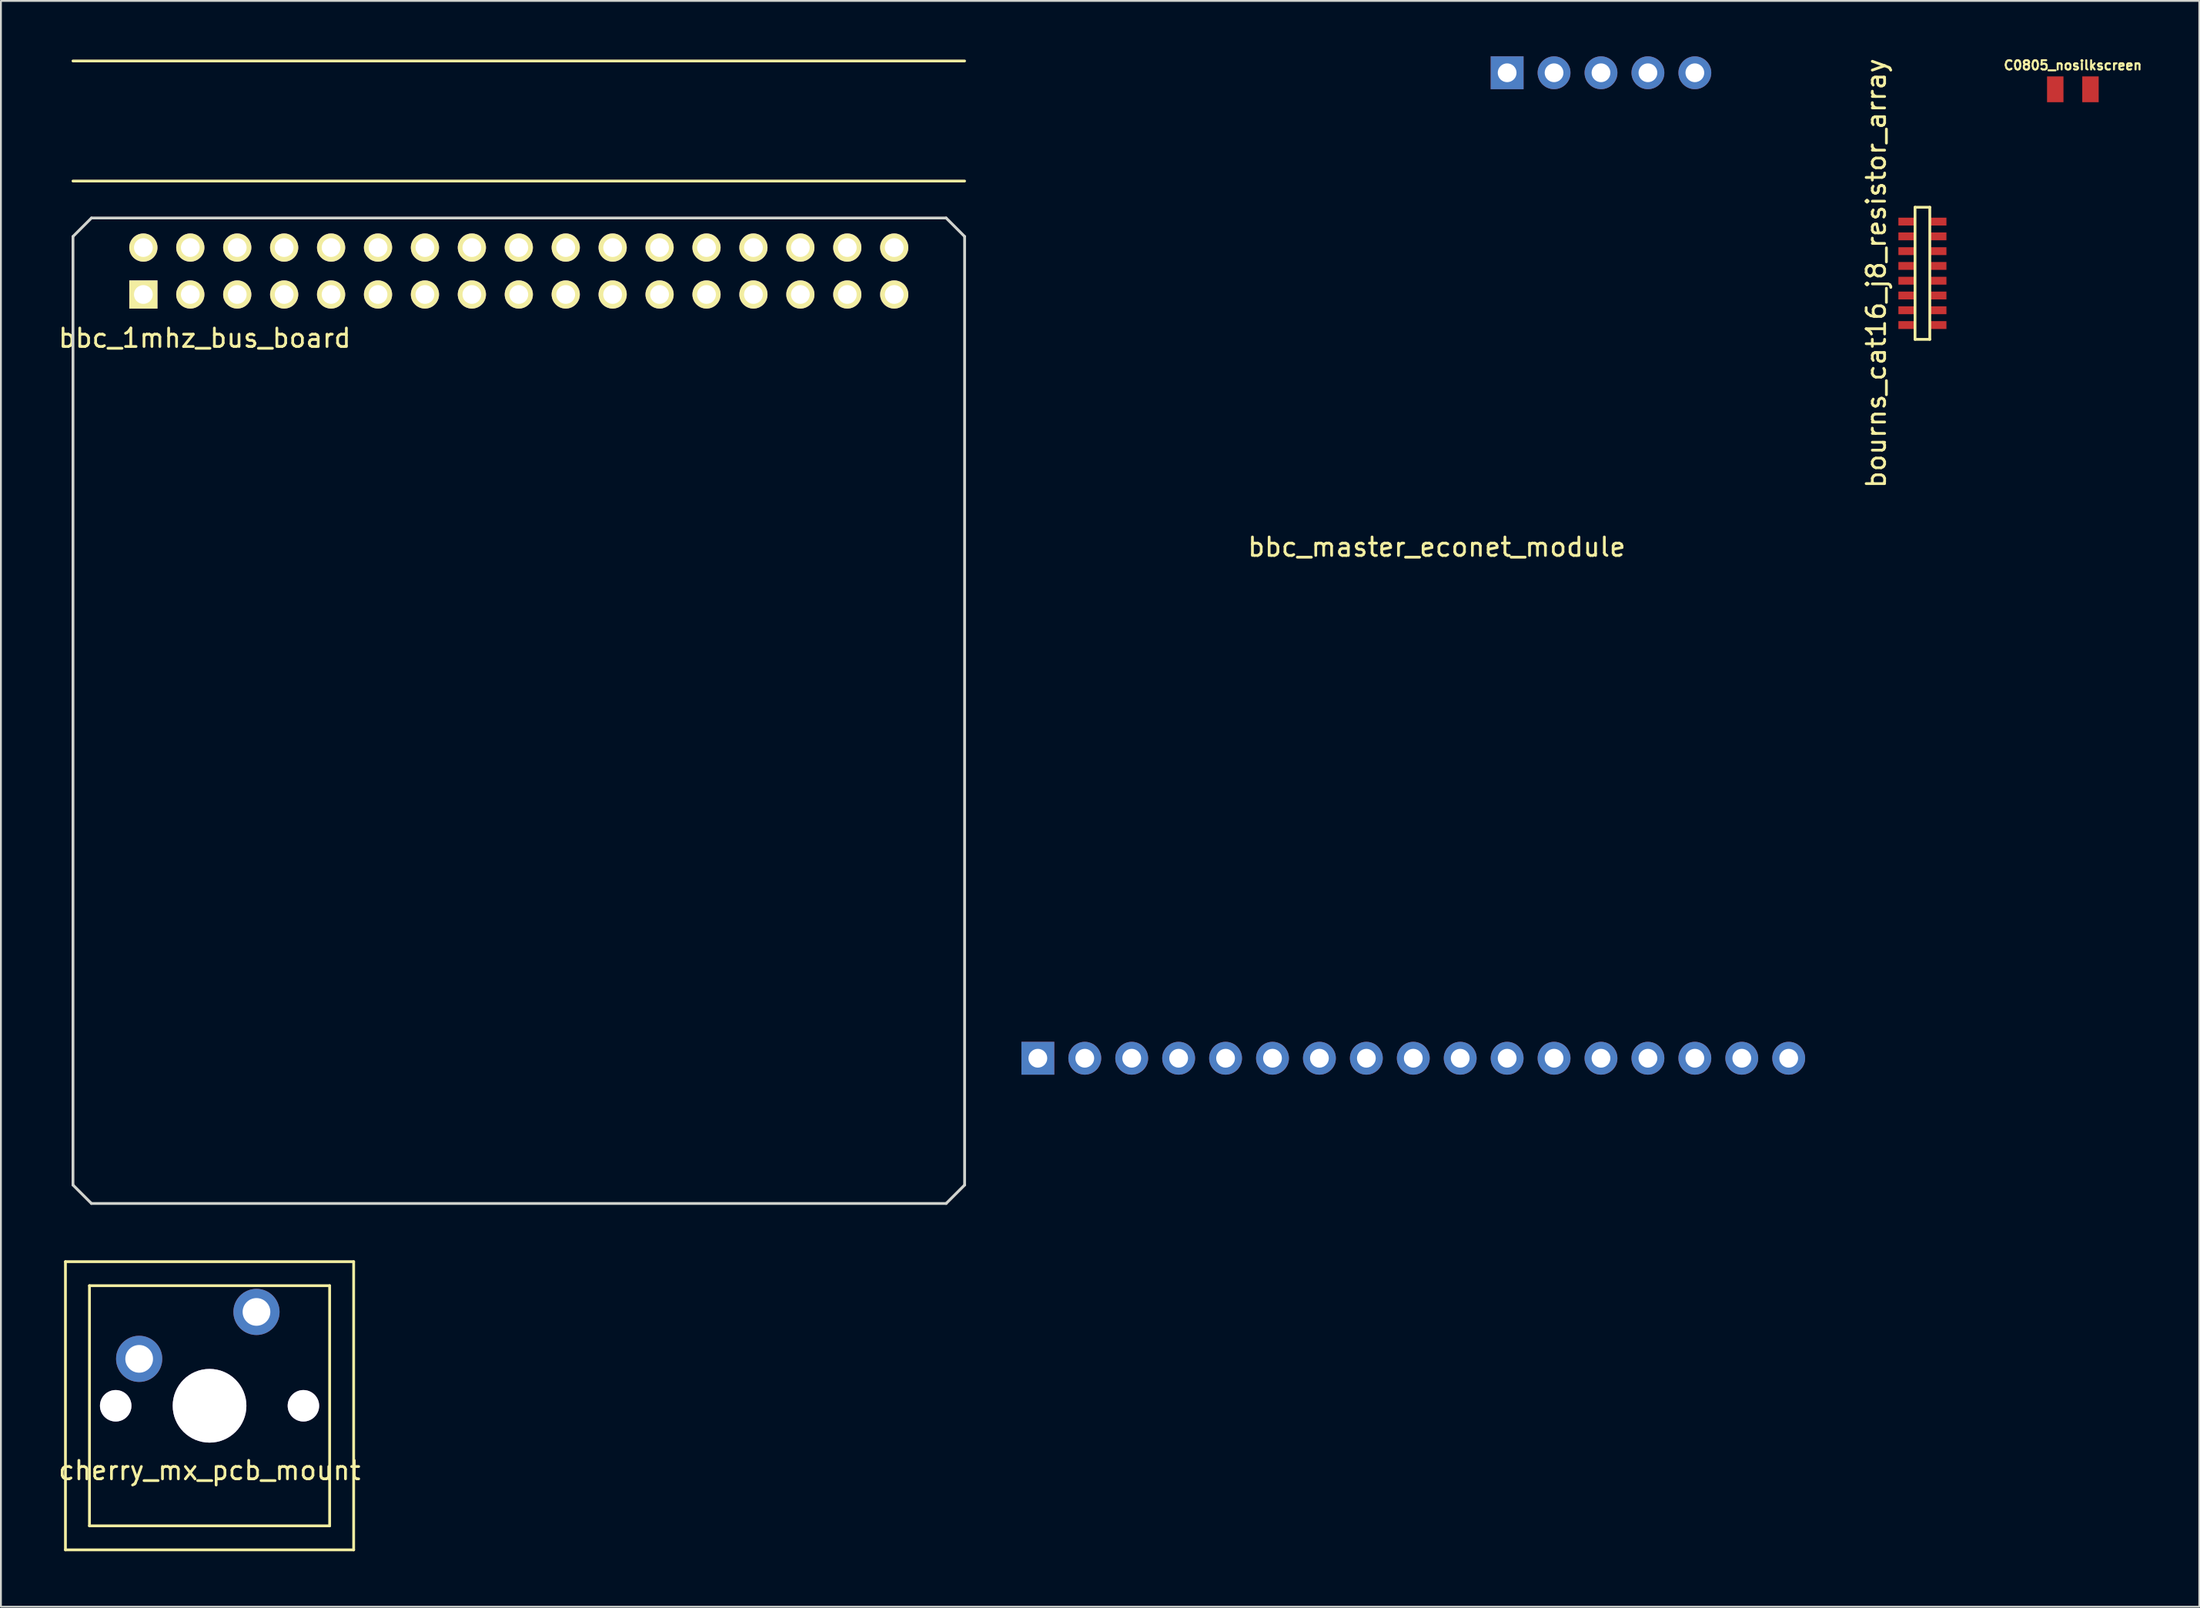
<source format=kicad_pcb>
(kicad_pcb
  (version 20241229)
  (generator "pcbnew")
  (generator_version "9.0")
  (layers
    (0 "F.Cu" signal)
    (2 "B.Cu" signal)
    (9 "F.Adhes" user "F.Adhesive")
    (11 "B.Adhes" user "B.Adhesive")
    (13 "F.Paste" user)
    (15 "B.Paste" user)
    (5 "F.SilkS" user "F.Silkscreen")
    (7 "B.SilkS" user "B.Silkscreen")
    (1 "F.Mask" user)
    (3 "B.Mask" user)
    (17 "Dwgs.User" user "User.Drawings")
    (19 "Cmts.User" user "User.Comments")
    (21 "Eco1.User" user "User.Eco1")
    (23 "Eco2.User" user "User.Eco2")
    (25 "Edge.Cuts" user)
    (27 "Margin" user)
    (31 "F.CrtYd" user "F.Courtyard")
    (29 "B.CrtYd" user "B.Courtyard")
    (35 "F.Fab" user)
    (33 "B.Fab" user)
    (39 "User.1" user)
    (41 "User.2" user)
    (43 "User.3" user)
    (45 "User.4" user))
  (footprint "bbc_master_econet_module"
    (layer "F.Cu")
    (at 74.714 27.559)
    (property "Reference" "bbc_master_econet_module" (at 0 -1 0) (layer "F.SilkS") (effects (font (size 1 1) (thickness 0.15))))
    (attr through_hole)
    (pad "1" thru_hole rect (at -21.59 26.67) (size 1.778 1.778) (drill 1.016) (layers "*.Cu" "*.Mask"))
    (pad "2" thru_hole circle (at -19.05 26.67) (size 1.778 1.778) (drill 1.016) (layers "*.Cu" "*.Mask"))
    (pad "3" thru_hole circle (at -16.51 26.67) (size 1.778 1.778) (drill 1.016) (layers "*.Cu" "*.Mask"))
    (pad "4" thru_hole circle (at -13.97 26.67) (size 1.778 1.778) (drill 1.016) (layers "*.Cu" "*.Mask"))
    (pad "5" thru_hole circle (at -11.43 26.67) (size 1.778 1.778) (drill 1.016) (layers "*.Cu" "*.Mask"))
    (pad "6" thru_hole circle (at -8.89 26.67) (size 1.778 1.778) (drill 1.016) (layers "*.Cu" "*.Mask"))
    (pad "7" thru_hole circle (at -6.35 26.67) (size 1.778 1.778) (drill 1.016) (layers "*.Cu" "*.Mask"))
    (pad "8" thru_hole circle (at -3.81 26.67) (size 1.778 1.778) (drill 1.016) (layers "*.Cu" "*.Mask"))
    (pad "9" thru_hole circle (at -1.27 26.67) (size 1.778 1.778) (drill 1.016) (layers "*.Cu" "*.Mask"))
    (pad "10" thru_hole circle (at 1.27 26.67) (size 1.778 1.778) (drill 1.016) (layers "*.Cu" "*.Mask"))
    (pad "11" thru_hole circle (at 3.81 26.67) (size 1.778 1.778) (drill 1.016) (layers "*.Cu" "*.Mask"))
    (pad "12" thru_hole circle (at 6.35 26.67) (size 1.778 1.778) (drill 1.016) (layers "*.Cu" "*.Mask"))
    (pad "13" thru_hole circle (at 8.89 26.67) (size 1.778 1.778) (drill 1.016) (layers "*.Cu" "*.Mask"))
    (pad "14" thru_hole circle (at 11.43 26.67) (size 1.778 1.778) (drill 1.016) (layers "*.Cu" "*.Mask"))
    (pad "15" thru_hole circle (at 13.97 26.67) (size 1.778 1.778) (drill 1.016) (layers "*.Cu" "*.Mask"))
    (pad "16" thru_hole circle (at 16.51 26.67) (size 1.778 1.778) (drill 1.016) (layers "*.Cu" "*.Mask"))
    (pad "17" thru_hole circle (at 19.05 26.67) (size 1.778 1.778) (drill 1.016) (layers "*.Cu" "*.Mask"))
    (pad "E1" thru_hole rect (at 3.81 -26.67) (size 1.778 1.778) (drill 1.016) (layers "*.Cu" "*.Mask"))
    (pad "E2" thru_hole circle (at 6.35 -26.67) (size 1.778 1.778) (drill 1.016) (layers "*.Cu" "*.Mask"))
    (pad "E3" thru_hole circle (at 8.89 -26.67) (size 1.778 1.778) (drill 1.016) (layers "*.Cu" "*.Mask"))
    (pad "E4" thru_hole circle (at 11.43 -26.67) (size 1.778 1.778) (drill 1.016) (layers "*.Cu" "*.Mask"))
    (pad "E5" thru_hole circle (at 13.97 -26.67) (size 1.778 1.778) (drill 1.016) (layers "*.Cu" "*.Mask")))
  (footprint "bourns_cat16_j8_resistor_array"
    (layer "F.Cu")
    (at 101.001 11.744)
    (property "Reference" "bourns_cat16_j8_resistor_array" (at -2.5 0 90) (layer "F.SilkS") (effects (font (size 1 1) (thickness 0.15))))
    (attr through_hole)
    (fp_line (start -0.4 -3.575) (end -0.4 3.575) (stroke (width 0.15) (type solid)) (layer "F.SilkS"))
    (fp_line (start -0.4 3.575) (end 0.4 3.575) (stroke (width 0.15) (type solid)) (layer "F.SilkS"))
    (fp_line (start 0.4 -3.575) (end -0.4 -3.575) (stroke (width 0.15) (type solid)) (layer "F.SilkS"))
    (fp_line (start 0.4 3.575) (end 0.4 -3.575) (stroke (width 0.15) (type solid)) (layer "F.SilkS"))
    (pad "1A" smd rect (at -0.85 -2.8) (size 0.9 0.425) (layers "F.Cu" "F.Mask" "F.Paste"))
    (pad "1B" smd rect (at 0.85 -2.8) (size 0.9 0.425) (layers "F.Cu" "F.Mask" "F.Paste"))
    (pad "2A" smd rect (at -0.85 -2) (size 0.9 0.425) (layers "F.Cu" "F.Mask" "F.Paste"))
    (pad "2B" smd rect (at 0.85 -2) (size 0.9 0.425) (layers "F.Cu" "F.Mask" "F.Paste"))
    (pad "3A" smd rect (at -0.85 -1.2) (size 0.9 0.425) (layers "F.Cu" "F.Mask" "F.Paste"))
    (pad "3B" smd rect (at 0.85 -1.2) (size 0.9 0.425) (layers "F.Cu" "F.Mask" "F.Paste"))
    (pad "4A" smd rect (at -0.85 -0.4) (size 0.9 0.425) (layers "F.Cu" "F.Mask" "F.Paste"))
    (pad "4B" smd rect (at 0.85 -0.4) (size 0.9 0.425) (layers "F.Cu" "F.Mask" "F.Paste"))
    (pad "5A" smd rect (at -0.85 0.4) (size 0.9 0.425) (layers "F.Cu" "F.Mask" "F.Paste"))
    (pad "5B" smd rect (at 0.85 0.4) (size 0.9 0.425) (layers "F.Cu" "F.Mask" "F.Paste"))
    (pad "6A" smd rect (at -0.85 1.2) (size 0.9 0.425) (layers "F.Cu" "F.Mask" "F.Paste"))
    (pad "6B" smd rect (at 0.85 1.2) (size 0.9 0.425) (layers "F.Cu" "F.Mask" "F.Paste"))
    (pad "7A" smd rect (at -0.85 2) (size 0.9 0.425) (layers "F.Cu" "F.Mask" "F.Paste"))
    (pad "7B" smd rect (at 0.85 2) (size 0.9 0.425) (layers "F.Cu" "F.Mask" "F.Paste"))
    (pad "8A" smd rect (at -0.85 2.8) (size 0.9 0.425) (layers "F.Cu" "F.Mask" "F.Paste"))
    (pad "8B" smd rect (at 0.85 2.8) (size 0.9 0.425) (layers "F.Cu" "F.Mask" "F.Paste")))
  (footprint "bbc_1mhz_bus_board"
    (layer "F.Cu")
    (at 25.03 0.25)
    (property "Reference" "bbc_1mhz_bus_board" (at -17 15 0) (layer "F.SilkS") (effects (font (size 1 1) (thickness 0.15))))
    (attr through_hole)
    (fp_line (start -24.13 0) (end 24.13 0) (stroke (width 0.15) (type solid)) (layer "F.SilkS"))
    (fp_line (start -24.13 6.5) (end 24.13 6.5) (stroke (width 0.15) (type solid)) (layer "F.SilkS"))
    (fp_line (start -24.13 9.5) (end -24.13 60.84) (stroke (width 0.15) (type solid)) (layer "Edge.Cuts"))
    (fp_line (start -24.13 60.84) (end -23.13 61.84) (stroke (width 0.15) (type solid)) (layer "Edge.Cuts"))
    (fp_line (start -23.13 8.5) (end -24.13 9.5) (stroke (width 0.15) (type solid)) (layer "Edge.Cuts"))
    (fp_line (start -23.13 8.5) (end 23.13 8.5) (stroke (width 0.15) (type solid)) (layer "Edge.Cuts"))
    (fp_line (start -23.13 61.84) (end 23.13 61.84) (stroke (width 0.15) (type solid)) (layer "Edge.Cuts"))
    (fp_line (start 23.13 8.5) (end 24.13 9.5) (stroke (width 0.15) (type solid)) (layer "Edge.Cuts"))
    (fp_line (start 23.13 61.84) (end 24.13 60.84) (stroke (width 0.15) (type solid)) (layer "Edge.Cuts"))
    (fp_line (start 24.13 60.84) (end 24.13 9.5) (stroke (width 0.15) (type solid)) (layer "Edge.Cuts"))
    (pad "1" thru_hole rect (at -20.32 12.64) (size 1.524 1.524) (drill 1.016) (layers "*.Cu" "*.Mask" "F.SilkS"))
    (pad "2" thru_hole circle (at -20.32 10.1) (size 1.524 1.524) (drill 1.016) (layers "*.Cu" "*.Mask" "F.SilkS"))
    (pad "3" thru_hole circle (at -17.78 12.64) (size 1.524 1.524) (drill 1.016) (layers "*.Cu" "*.Mask" "F.SilkS"))
    (pad "4" thru_hole circle (at -17.78 10.1) (size 1.524 1.524) (drill 1.016) (layers "*.Cu" "*.Mask" "F.SilkS"))
    (pad "5" thru_hole circle (at -15.24 12.64) (size 1.524 1.524) (drill 1.016) (layers "*.Cu" "*.Mask" "F.SilkS"))
    (pad "6" thru_hole circle (at -15.24 10.1) (size 1.524 1.524) (drill 1.016) (layers "*.Cu" "*.Mask" "F.SilkS"))
    (pad "7" thru_hole circle (at -12.7 12.64) (size 1.524 1.524) (drill 1.016) (layers "*.Cu" "*.Mask" "F.SilkS"))
    (pad "8" thru_hole circle (at -12.7 10.1) (size 1.524 1.524) (drill 1.016) (layers "*.Cu" "*.Mask" "F.SilkS"))
    (pad "9" thru_hole circle (at -10.16 12.64) (size 1.524 1.524) (drill 1.016) (layers "*.Cu" "*.Mask" "F.SilkS"))
    (pad "10" thru_hole circle (at -10.16 10.1) (size 1.524 1.524) (drill 1.016) (layers "*.Cu" "*.Mask" "F.SilkS"))
    (pad "11" thru_hole circle (at -7.62 12.64) (size 1.524 1.524) (drill 1.016) (layers "*.Cu" "*.Mask" "F.SilkS"))
    (pad "12" thru_hole circle (at -7.62 10.1) (size 1.524 1.524) (drill 1.016) (layers "*.Cu" "*.Mask" "F.SilkS"))
    (pad "13" thru_hole circle (at -5.08 12.64) (size 1.524 1.524) (drill 1.016) (layers "*.Cu" "*.Mask" "F.SilkS"))
    (pad "14" thru_hole circle (at -5.08 10.1) (size 1.524 1.524) (drill 1.016) (layers "*.Cu" "*.Mask" "F.SilkS"))
    (pad "15" thru_hole circle (at -2.54 12.64) (size 1.524 1.524) (drill 1.016) (layers "*.Cu" "*.Mask" "F.SilkS"))
    (pad "16" thru_hole circle (at -2.54 10.1) (size 1.524 1.524) (drill 1.016) (layers "*.Cu" "*.Mask" "F.SilkS"))
    (pad "17" thru_hole circle (at 0 12.64) (size 1.524 1.524) (drill 1.016) (layers "*.Cu" "*.Mask" "F.SilkS"))
    (pad "18" thru_hole circle (at 0 10.1) (size 1.524 1.524) (drill 1.016) (layers "*.Cu" "*.Mask" "F.SilkS"))
    (pad "19" thru_hole circle (at 2.54 12.64) (size 1.524 1.524) (drill 1.016) (layers "*.Cu" "*.Mask" "F.SilkS"))
    (pad "20" thru_hole circle (at 2.54 10.1) (size 1.524 1.524) (drill 1.016) (layers "*.Cu" "*.Mask" "F.SilkS"))
    (pad "21" thru_hole circle (at 5.08 12.64) (size 1.524 1.524) (drill 1.016) (layers "*.Cu" "*.Mask" "F.SilkS"))
    (pad "22" thru_hole circle (at 5.08 10.1) (size 1.524 1.524) (drill 1.016) (layers "*.Cu" "*.Mask" "F.SilkS"))
    (pad "23" thru_hole circle (at 7.62 12.64) (size 1.524 1.524) (drill 1.016) (layers "*.Cu" "*.Mask" "F.SilkS"))
    (pad "24" thru_hole circle (at 7.62 10.1) (size 1.524 1.524) (drill 1.016) (layers "*.Cu" "*.Mask" "F.SilkS"))
    (pad "25" thru_hole circle (at 10.16 12.64) (size 1.524 1.524) (drill 1.016) (layers "*.Cu" "*.Mask" "F.SilkS"))
    (pad "26" thru_hole circle (at 10.16 10.1) (size 1.524 1.524) (drill 1.016) (layers "*.Cu" "*.Mask" "F.SilkS"))
    (pad "27" thru_hole circle (at 12.7 12.64) (size 1.524 1.524) (drill 1.016) (layers "*.Cu" "*.Mask" "F.SilkS"))
    (pad "28" thru_hole circle (at 12.7 10.1) (size 1.524 1.524) (drill 1.016) (layers "*.Cu" "*.Mask" "F.SilkS"))
    (pad "29" thru_hole circle (at 15.24 12.64) (size 1.524 1.524) (drill 1.016) (layers "*.Cu" "*.Mask" "F.SilkS"))
    (pad "30" thru_hole circle (at 15.24 10.1) (size 1.524 1.524) (drill 1.016) (layers "*.Cu" "*.Mask" "F.SilkS"))
    (pad "31" thru_hole circle (at 17.78 12.64) (size 1.524 1.524) (drill 1.016) (layers "*.Cu" "*.Mask" "F.SilkS"))
    (pad "32" thru_hole circle (at 17.78 10.1) (size 1.524 1.524) (drill 1.016) (layers "*.Cu" "*.Mask" "F.SilkS"))
    (pad "33" thru_hole circle (at 20.32 12.64) (size 1.524 1.524) (drill 1.016) (layers "*.Cu" "*.Mask" "F.SilkS"))
    (pad "34" thru_hole circle (at 20.32 10.1) (size 1.524 1.524) (drill 1.016) (layers "*.Cu" "*.Mask" "F.SilkS")))
  (footprint "C0805_nosilkscreen"
    (layer "F.Cu")
    (at 109.144 1.784)
    (property "Reference" "C0805_nosilkscreen" (at 0 -1.3 0) (layer "F.SilkS") (effects (font (size 0.5 0.5) (thickness 0.109))))
    (attr smd)
    (pad "1" smd rect (at -0.953 0) (size 0.889 1.397) (layers "F.Cu" "F.Mask" "F.Paste"))
    (pad "2" smd rect (at 0.953 0) (size 0.889 1.397) (layers "F.Cu" "F.Mask" "F.Paste")))
  (footprint "cherry_mx_pcb_mount"
    (layer "F.Cu")
    (at 8.292 73.04)
    (property "Reference" "cherry_mx_pcb_mount" (at 0 3.5 0) (layer "F.SilkS") (effects (font (size 1 1) (thickness 0.15))))
    (attr through_hole)
    (fp_line (start -7.8 -7.8) (end -7.8 7.8) (stroke (width 0.15) (type solid)) (layer "F.SilkS"))
    (fp_line (start -7.8 7.8) (end 7.8 7.8) (stroke (width 0.15) (type solid)) (layer "F.SilkS"))
    (fp_line (start -6.5 -6.5) (end -6.5 6.5) (stroke (width 0.15) (type solid)) (layer "F.SilkS"))
    (fp_line (start -6.5 6.5) (end 6.5 6.5) (stroke (width 0.15) (type solid)) (layer "F.SilkS"))
    (fp_line (start 6.5 -6.5) (end -6.5 -6.5) (stroke (width 0.15) (type solid)) (layer "F.SilkS"))
    (fp_line (start 6.5 6.5) (end 6.5 -6.5) (stroke (width 0.15) (type solid)) (layer "F.SilkS"))
    (fp_line (start 7.8 -7.8) (end -7.8 -7.8) (stroke (width 0.15) (type solid)) (layer "F.SilkS"))
    (fp_line (start 7.8 7.8) (end 7.8 -7.8) (stroke (width 0.15) (type solid)) (layer "F.SilkS"))
    (pad "1" thru_hole circle (at -3.81 -2.54) (size 2.499 2.499) (drill 1.499) (layers "*.Cu" "*.Mask"))
    (pad "2" thru_hole circle (at 2.54 -5.08) (size 2.499 2.499) (drill 1.499) (layers "*.Cu" "*.Mask"))
    (pad "M0" thru_hole circle (at 0 0) (size 3.988 3.988) (drill 3.988) (layers "*.Cu" "*.Mask"))
    (pad "M1" thru_hole circle (at -5.08 0) (size 1.702 1.702) (drill 1.702) (layers "*.Cu" "*.Mask"))
    (pad "M2" thru_hole circle (at 5.08 0) (size 1.702 1.702) (drill 1.702) (layers "*.Cu" "*.Mask")))
  (gr_rect
    (start -3 -3)
    (end 115.987 83.915)
    (stroke (width 0.1) (type default))
    (fill no)
    (layer "Edge.Cuts")))
</source>
